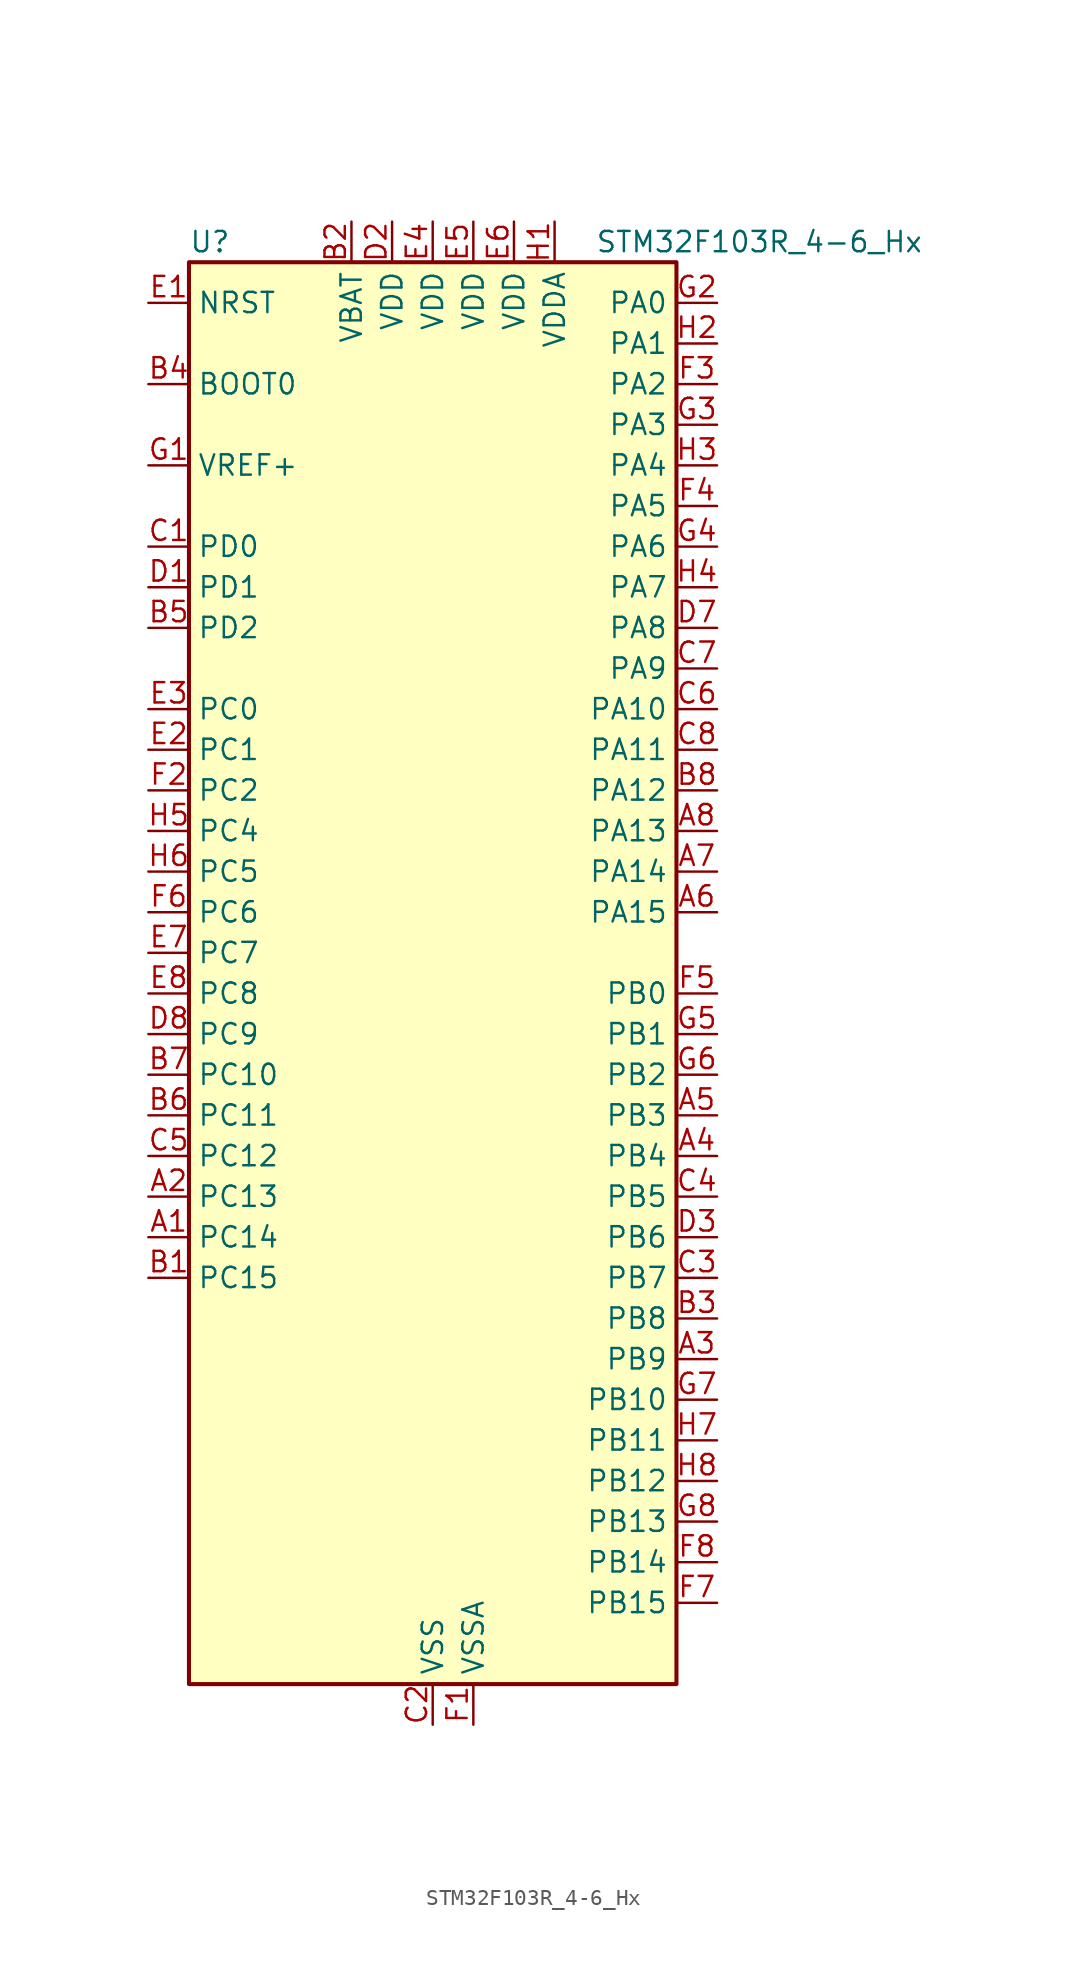
<source format=kicad_sym>
(kicad_symbol_lib
  (version 20220914)
  (generator kicad_symbol_editor)
  (symbol "STM32F103R_4-6_Hx"
    (property "Reference" "U"
      (at -15.24 46.99 0)
      (effects (font (size 1.27 1.27)) (justify left)))
    (property "Value" "STM32F103R_4-6_Hx"
      (at 10.16 46.99 0)
      (effects (font (size 1.27 1.27)) (justify left)))
    (property "ki_locked" ""
      (at 0 0 0)
      (effects (font (size 1.27 1.27))))
    (symbol "STM32F103R_4-6_Hx_0_1"
      (rectangle (start -15.24 -43.18) (end 15.24 45.72) (stroke (width 0.254) (type default)) (fill (type background))))
    (symbol "STM32F103R_4-6_Hx_1_1"
      (pin bidirectional line (at -17.78 -15.24 0) (length 2.54) (name "PC14" (effects (font (size 1.27 1.27)))) (number "A1" (effects (font (size 1.27 1.27)))) (alternate "RCC_OSC32_IN" bidirectional line))
      (pin bidirectional line (at -17.78 -12.7 0) (length 2.54) (name "PC13" (effects (font (size 1.27 1.27)))) (number "A2" (effects (font (size 1.27 1.27)))) (alternate "RTC_OUT" bidirectional line) (alternate "RTC_TAMPER" bidirectional line))
      (pin bidirectional line (at 17.78 -22.86 180) (length 2.54) (name "PB9" (effects (font (size 1.27 1.27)))) (number "A3" (effects (font (size 1.27 1.27)))) (alternate "CAN_TX" bidirectional line) (alternate "I2C1_SDA" bidirectional line))
      (pin bidirectional line (at 17.78 -10.16 180) (length 2.54) (name "PB4" (effects (font (size 1.27 1.27)))) (number "A4" (effects (font (size 1.27 1.27)))) (alternate "SPI1_MISO" bidirectional line) (alternate "SYS_NJTRST" bidirectional line) (alternate "TIM3_CH1" bidirectional line))
      (pin bidirectional line (at 17.78 -7.62 180) (length 2.54) (name "PB3" (effects (font (size 1.27 1.27)))) (number "A5" (effects (font (size 1.27 1.27)))) (alternate "SPI1_SCK" bidirectional line) (alternate "SYS_JTDO-TRACESWO" bidirectional line) (alternate "TIM2_CH2" bidirectional line))
      (pin bidirectional line (at 17.78 5.08 180) (length 2.54) (name "PA15" (effects (font (size 1.27 1.27)))) (number "A6" (effects (font (size 1.27 1.27)))) (alternate "ADC1_EXTI15" bidirectional line) (alternate "ADC2_EXTI15" bidirectional line) (alternate "SPI1_NSS" bidirectional line) (alternate "SYS_JTDI" bidirectional line) (alternate "TIM2_CH1" bidirectional line) (alternate "TIM2_ETR" bidirectional line))
      (pin bidirectional line (at 17.78 7.62 180) (length 2.54) (name "PA14" (effects (font (size 1.27 1.27)))) (number "A7" (effects (font (size 1.27 1.27)))) (alternate "SYS_JTCK-SWCLK" bidirectional line))
      (pin bidirectional line (at 17.78 10.16 180) (length 2.54) (name "PA13" (effects (font (size 1.27 1.27)))) (number "A8" (effects (font (size 1.27 1.27)))) (alternate "SYS_JTMS-SWDIO" bidirectional line))
      (pin bidirectional line (at -17.78 -17.78 0) (length 2.54) (name "PC15" (effects (font (size 1.27 1.27)))) (number "B1" (effects (font (size 1.27 1.27)))) (alternate "ADC1_EXTI15" bidirectional line) (alternate "ADC2_EXTI15" bidirectional line) (alternate "RCC_OSC32_OUT" bidirectional line))
      (pin power_in line (at -5.08 48.26 270) (length 2.54) (name "VBAT" (effects (font (size 1.27 1.27)))) (number "B2" (effects (font (size 1.27 1.27)))))
      (pin bidirectional line (at 17.78 -20.32 180) (length 2.54) (name "PB8" (effects (font (size 1.27 1.27)))) (number "B3" (effects (font (size 1.27 1.27)))) (alternate "CAN_RX" bidirectional line) (alternate "I2C1_SCL" bidirectional line))
      (pin input line (at -17.78 38.1 0) (length 2.54) (name "BOOT0" (effects (font (size 1.27 1.27)))) (number "B4" (effects (font (size 1.27 1.27)))))
      (pin bidirectional line (at -17.78 22.86 0) (length 2.54) (name "PD2" (effects (font (size 1.27 1.27)))) (number "B5" (effects (font (size 1.27 1.27)))) (alternate "TIM3_ETR" bidirectional line))
      (pin bidirectional line (at -17.78 -7.62 0) (length 2.54) (name "PC11" (effects (font (size 1.27 1.27)))) (number "B6" (effects (font (size 1.27 1.27)))) (alternate "ADC1_EXTI11" bidirectional line) (alternate "ADC2_EXTI11" bidirectional line))
      (pin bidirectional line (at -17.78 -5.08 0) (length 2.54) (name "PC10" (effects (font (size 1.27 1.27)))) (number "B7" (effects (font (size 1.27 1.27)))))
      (pin bidirectional line (at 17.78 12.7 180) (length 2.54) (name "PA12" (effects (font (size 1.27 1.27)))) (number "B8" (effects (font (size 1.27 1.27)))) (alternate "CAN_TX" bidirectional line) (alternate "TIM1_ETR" bidirectional line) (alternate "USART1_RTS" bidirectional line) (alternate "USB_DP" bidirectional line))
      (pin bidirectional line (at -17.78 27.94 0) (length 2.54) (name "PD0" (effects (font (size 1.27 1.27)))) (number "C1" (effects (font (size 1.27 1.27)))) (alternate "RCC_OSC_IN" bidirectional line))
      (pin power_in line (at 0 -45.72 90) (length 2.54) (name "VSS" (effects (font (size 1.27 1.27)))) (number "C2" (effects (font (size 1.27 1.27)))))
      (pin bidirectional line (at 17.78 -17.78 180) (length 2.54) (name "PB7" (effects (font (size 1.27 1.27)))) (number "C3" (effects (font (size 1.27 1.27)))) (alternate "I2C1_SDA" bidirectional line) (alternate "USART1_RX" bidirectional line))
      (pin bidirectional line (at 17.78 -12.7 180) (length 2.54) (name "PB5" (effects (font (size 1.27 1.27)))) (number "C4" (effects (font (size 1.27 1.27)))) (alternate "I2C1_SMBA" bidirectional line) (alternate "SPI1_MOSI" bidirectional line) (alternate "TIM3_CH2" bidirectional line))
      (pin bidirectional line (at -17.78 -10.16 0) (length 2.54) (name "PC12" (effects (font (size 1.27 1.27)))) (number "C5" (effects (font (size 1.27 1.27)))))
      (pin bidirectional line (at 17.78 17.78 180) (length 2.54) (name "PA10" (effects (font (size 1.27 1.27)))) (number "C6" (effects (font (size 1.27 1.27)))) (alternate "TIM1_CH3" bidirectional line) (alternate "USART1_RX" bidirectional line))
      (pin bidirectional line (at 17.78 20.32 180) (length 2.54) (name "PA9" (effects (font (size 1.27 1.27)))) (number "C7" (effects (font (size 1.27 1.27)))) (alternate "TIM1_CH2" bidirectional line) (alternate "USART1_TX" bidirectional line))
      (pin bidirectional line (at 17.78 15.24 180) (length 2.54) (name "PA11" (effects (font (size 1.27 1.27)))) (number "C8" (effects (font (size 1.27 1.27)))) (alternate "ADC1_EXTI11" bidirectional line) (alternate "ADC2_EXTI11" bidirectional line) (alternate "CAN_RX" bidirectional line) (alternate "TIM1_CH4" bidirectional line) (alternate "USART1_CTS" bidirectional line) (alternate "USB_DM" bidirectional line))
      (pin bidirectional line (at -17.78 25.4 0) (length 2.54) (name "PD1" (effects (font (size 1.27 1.27)))) (number "D1" (effects (font (size 1.27 1.27)))) (alternate "RCC_OSC_OUT" bidirectional line))
      (pin power_in line (at -2.54 48.26 270) (length 2.54) (name "VDD" (effects (font (size 1.27 1.27)))) (number "D2" (effects (font (size 1.27 1.27)))))
      (pin bidirectional line (at 17.78 -15.24 180) (length 2.54) (name "PB6" (effects (font (size 1.27 1.27)))) (number "D3" (effects (font (size 1.27 1.27)))) (alternate "I2C1_SCL" bidirectional line) (alternate "USART1_TX" bidirectional line))
      (pin passive line (at 0 -45.72 90) (length 2.54) hide (name "VSS" (effects (font (size 1.27 1.27)))) (number "D4" (effects (font (size 1.27 1.27)))))
      (pin passive line (at 0 -45.72 90) (length 2.54) hide (name "VSS" (effects (font (size 1.27 1.27)))) (number "D5" (effects (font (size 1.27 1.27)))))
      (pin passive line (at 0 -45.72 90) (length 2.54) hide (name "VSS" (effects (font (size 1.27 1.27)))) (number "D6" (effects (font (size 1.27 1.27)))))
      (pin bidirectional line (at 17.78 22.86 180) (length 2.54) (name "PA8" (effects (font (size 1.27 1.27)))) (number "D7" (effects (font (size 1.27 1.27)))) (alternate "RCC_MCO" bidirectional line) (alternate "TIM1_CH1" bidirectional line) (alternate "USART1_CK" bidirectional line))
      (pin bidirectional line (at -17.78 -2.54 0) (length 2.54) (name "PC9" (effects (font (size 1.27 1.27)))) (number "D8" (effects (font (size 1.27 1.27)))) (alternate "TIM3_CH4" bidirectional line))
      (pin input line (at -17.78 43.18 0) (length 2.54) (name "NRST" (effects (font (size 1.27 1.27)))) (number "E1" (effects (font (size 1.27 1.27)))))
      (pin bidirectional line (at -17.78 15.24 0) (length 2.54) (name "PC1" (effects (font (size 1.27 1.27)))) (number "E2" (effects (font (size 1.27 1.27)))) (alternate "ADC1_IN11" bidirectional line) (alternate "ADC2_IN11" bidirectional line))
      (pin bidirectional line (at -17.78 17.78 0) (length 2.54) (name "PC0" (effects (font (size 1.27 1.27)))) (number "E3" (effects (font (size 1.27 1.27)))) (alternate "ADC1_IN10" bidirectional line) (alternate "ADC2_IN10" bidirectional line))
      (pin power_in line (at 0 48.26 270) (length 2.54) (name "VDD" (effects (font (size 1.27 1.27)))) (number "E4" (effects (font (size 1.27 1.27)))))
      (pin power_in line (at 2.54 48.26 270) (length 2.54) (name "VDD" (effects (font (size 1.27 1.27)))) (number "E5" (effects (font (size 1.27 1.27)))))
      (pin power_in line (at 5.08 48.26 270) (length 2.54) (name "VDD" (effects (font (size 1.27 1.27)))) (number "E6" (effects (font (size 1.27 1.27)))))
      (pin bidirectional line (at -17.78 2.54 0) (length 2.54) (name "PC7" (effects (font (size 1.27 1.27)))) (number "E7" (effects (font (size 1.27 1.27)))) (alternate "TIM3_CH2" bidirectional line))
      (pin bidirectional line (at -17.78 0 0) (length 2.54) (name "PC8" (effects (font (size 1.27 1.27)))) (number "E8" (effects (font (size 1.27 1.27)))) (alternate "TIM3_CH3" bidirectional line))
      (pin power_in line (at 2.54 -45.72 90) (length 2.54) (name "VSSA" (effects (font (size 1.27 1.27)))) (number "F1" (effects (font (size 1.27 1.27)))))
      (pin bidirectional line (at -17.78 12.7 0) (length 2.54) (name "PC2" (effects (font (size 1.27 1.27)))) (number "F2" (effects (font (size 1.27 1.27)))) (alternate "ADC1_IN12" bidirectional line) (alternate "ADC2_IN12" bidirectional line))
      (pin bidirectional line (at 17.78 38.1 180) (length 2.54) (name "PA2" (effects (font (size 1.27 1.27)))) (number "F3" (effects (font (size 1.27 1.27)))) (alternate "ADC1_IN2" bidirectional line) (alternate "ADC2_IN2" bidirectional line) (alternate "TIM2_CH3" bidirectional line) (alternate "USART2_TX" bidirectional line))
      (pin bidirectional line (at 17.78 30.48 180) (length 2.54) (name "PA5" (effects (font (size 1.27 1.27)))) (number "F4" (effects (font (size 1.27 1.27)))) (alternate "ADC1_IN5" bidirectional line) (alternate "ADC2_IN5" bidirectional line) (alternate "SPI1_SCK" bidirectional line))
      (pin bidirectional line (at 17.78 0 180) (length 2.54) (name "PB0" (effects (font (size 1.27 1.27)))) (number "F5" (effects (font (size 1.27 1.27)))) (alternate "ADC1_IN8" bidirectional line) (alternate "ADC2_IN8" bidirectional line) (alternate "TIM1_CH2N" bidirectional line) (alternate "TIM3_CH3" bidirectional line))
      (pin bidirectional line (at -17.78 5.08 0) (length 2.54) (name "PC6" (effects (font (size 1.27 1.27)))) (number "F6" (effects (font (size 1.27 1.27)))) (alternate "TIM3_CH1" bidirectional line))
      (pin bidirectional line (at 17.78 -38.1 180) (length 2.54) (name "PB15" (effects (font (size 1.27 1.27)))) (number "F7" (effects (font (size 1.27 1.27)))) (alternate "ADC1_EXTI15" bidirectional line) (alternate "ADC2_EXTI15" bidirectional line) (alternate "TIM1_CH3N" bidirectional line))
      (pin bidirectional line (at 17.78 -35.56 180) (length 2.54) (name "PB14" (effects (font (size 1.27 1.27)))) (number "F8" (effects (font (size 1.27 1.27)))) (alternate "TIM1_CH2N" bidirectional line))
      (pin input line (at -17.78 33.02 0) (length 2.54) (name "VREF+" (effects (font (size 1.27 1.27)))) (number "G1" (effects (font (size 1.27 1.27)))))
      (pin bidirectional line (at 17.78 43.18 180) (length 2.54) (name "PA0" (effects (font (size 1.27 1.27)))) (number "G2" (effects (font (size 1.27 1.27)))) (alternate "ADC1_IN0" bidirectional line) (alternate "ADC2_IN0" bidirectional line) (alternate "SYS_WKUP" bidirectional line) (alternate "TIM2_CH1" bidirectional line) (alternate "TIM2_ETR" bidirectional line) (alternate "USART2_CTS" bidirectional line))
      (pin bidirectional line (at 17.78 35.56 180) (length 2.54) (name "PA3" (effects (font (size 1.27 1.27)))) (number "G3" (effects (font (size 1.27 1.27)))) (alternate "ADC1_IN3" bidirectional line) (alternate "ADC2_IN3" bidirectional line) (alternate "TIM2_CH4" bidirectional line) (alternate "USART2_RX" bidirectional line))
      (pin bidirectional line (at 17.78 27.94 180) (length 2.54) (name "PA6" (effects (font (size 1.27 1.27)))) (number "G4" (effects (font (size 1.27 1.27)))) (alternate "ADC1_IN6" bidirectional line) (alternate "ADC2_IN6" bidirectional line) (alternate "SPI1_MISO" bidirectional line) (alternate "TIM1_BKIN" bidirectional line) (alternate "TIM3_CH1" bidirectional line))
      (pin bidirectional line (at 17.78 -2.54 180) (length 2.54) (name "PB1" (effects (font (size 1.27 1.27)))) (number "G5" (effects (font (size 1.27 1.27)))) (alternate "ADC1_IN9" bidirectional line) (alternate "ADC2_IN9" bidirectional line) (alternate "TIM1_CH3N" bidirectional line) (alternate "TIM3_CH4" bidirectional line))
      (pin bidirectional line (at 17.78 -5.08 180) (length 2.54) (name "PB2" (effects (font (size 1.27 1.27)))) (number "G6" (effects (font (size 1.27 1.27)))))
      (pin bidirectional line (at 17.78 -25.4 180) (length 2.54) (name "PB10" (effects (font (size 1.27 1.27)))) (number "G7" (effects (font (size 1.27 1.27)))) (alternate "TIM2_CH3" bidirectional line))
      (pin bidirectional line (at 17.78 -33.02 180) (length 2.54) (name "PB13" (effects (font (size 1.27 1.27)))) (number "G8" (effects (font (size 1.27 1.27)))) (alternate "TIM1_CH1N" bidirectional line))
      (pin power_in line (at 7.62 48.26 270) (length 2.54) (name "VDDA" (effects (font (size 1.27 1.27)))) (number "H1" (effects (font (size 1.27 1.27)))))
      (pin bidirectional line (at 17.78 40.64 180) (length 2.54) (name "PA1" (effects (font (size 1.27 1.27)))) (number "H2" (effects (font (size 1.27 1.27)))) (alternate "ADC1_IN1" bidirectional line) (alternate "ADC2_IN1" bidirectional line) (alternate "TIM2_CH2" bidirectional line) (alternate "USART2_RTS" bidirectional line))
      (pin bidirectional line (at 17.78 33.02 180) (length 2.54) (name "PA4" (effects (font (size 1.27 1.27)))) (number "H3" (effects (font (size 1.27 1.27)))) (alternate "ADC1_IN4" bidirectional line) (alternate "ADC2_IN4" bidirectional line) (alternate "SPI1_NSS" bidirectional line) (alternate "USART2_CK" bidirectional line))
      (pin bidirectional line (at 17.78 25.4 180) (length 2.54) (name "PA7" (effects (font (size 1.27 1.27)))) (number "H4" (effects (font (size 1.27 1.27)))) (alternate "ADC1_IN7" bidirectional line) (alternate "ADC2_IN7" bidirectional line) (alternate "SPI1_MOSI" bidirectional line) (alternate "TIM1_CH1N" bidirectional line) (alternate "TIM3_CH2" bidirectional line))
      (pin bidirectional line (at -17.78 10.16 0) (length 2.54) (name "PC4" (effects (font (size 1.27 1.27)))) (number "H5" (effects (font (size 1.27 1.27)))) (alternate "ADC1_IN14" bidirectional line) (alternate "ADC2_IN14" bidirectional line))
      (pin bidirectional line (at -17.78 7.62 0) (length 2.54) (name "PC5" (effects (font (size 1.27 1.27)))) (number "H6" (effects (font (size 1.27 1.27)))) (alternate "ADC1_IN15" bidirectional line) (alternate "ADC2_IN15" bidirectional line))
      (pin bidirectional line (at 17.78 -27.94 180) (length 2.54) (name "PB11" (effects (font (size 1.27 1.27)))) (number "H7" (effects (font (size 1.27 1.27)))) (alternate "ADC1_EXTI11" bidirectional line) (alternate "ADC2_EXTI11" bidirectional line) (alternate "TIM2_CH4" bidirectional line))
      (pin bidirectional line (at 17.78 -30.48 180) (length 2.54) (name "PB12" (effects (font (size 1.27 1.27)))) (number "H8" (effects (font (size 1.27 1.27)))) (alternate "TIM1_BKIN" bidirectional line)))))
</source>
